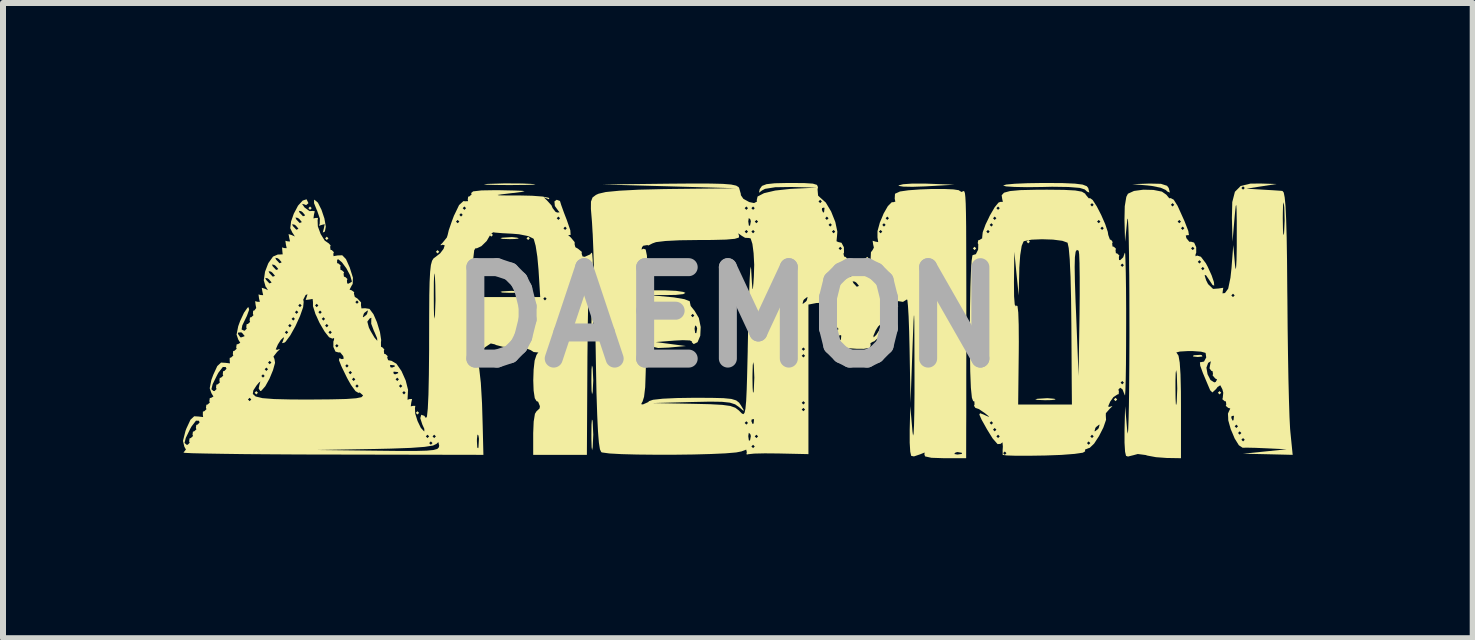
<source format=kicad_pcb>
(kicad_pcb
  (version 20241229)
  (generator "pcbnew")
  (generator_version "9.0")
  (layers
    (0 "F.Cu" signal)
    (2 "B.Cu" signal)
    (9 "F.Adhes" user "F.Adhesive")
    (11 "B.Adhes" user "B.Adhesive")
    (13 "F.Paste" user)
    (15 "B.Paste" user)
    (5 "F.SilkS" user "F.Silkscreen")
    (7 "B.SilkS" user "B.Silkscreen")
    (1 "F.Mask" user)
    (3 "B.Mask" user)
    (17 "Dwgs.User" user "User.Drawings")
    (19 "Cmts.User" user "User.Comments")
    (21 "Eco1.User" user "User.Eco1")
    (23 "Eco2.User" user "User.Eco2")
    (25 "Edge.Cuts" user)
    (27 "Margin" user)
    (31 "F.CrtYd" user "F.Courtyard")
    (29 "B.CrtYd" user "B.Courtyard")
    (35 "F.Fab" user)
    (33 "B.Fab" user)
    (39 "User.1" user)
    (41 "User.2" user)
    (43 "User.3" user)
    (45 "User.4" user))
  (footprint "DAEMON"
    (layer "F.Cu")
    (at 9.083 2.238)
    (property "Reference" "DAEMON" (at 0 0 0) (layer "F.Fab") (effects (font (size 1.524 1.524) (thickness 0.3))))
    (attr board_only exclude_from_pos_files exclude_from_bom)
    (fp_poly (pts (xy -7.833 1.259) (xy -7.861 1.287) (xy -7.889 1.259) (xy -7.861 1.231)) (stroke (width 0) (type solid)) (fill yes) (layer "F.SilkS"))
    (fp_poly (pts (xy -6.937 -1.818) (xy -6.965 -1.79) (xy -6.993 -1.818) (xy -6.965 -1.846)) (stroke (width 0) (type solid)) (fill yes) (layer "F.SilkS"))
    (fp_poly (pts (xy -6.658 -1.315) (xy -6.686 -1.287) (xy -6.714 -1.315) (xy -6.686 -1.343)) (stroke (width 0) (type solid)) (fill yes) (layer "F.SilkS"))
    (fp_poly (pts (xy -5.147 1.594) (xy -5.175 1.622) (xy -5.203 1.594) (xy -5.175 1.567)) (stroke (width 0) (type solid)) (fill yes) (layer "F.SilkS"))
    (fp_poly (pts (xy -4.811 -1.091) (xy -4.839 -1.063) (xy -4.867 -1.091) (xy -4.839 -1.119)) (stroke (width 0) (type solid)) (fill yes) (layer "F.SilkS"))
    (fp_poly (pts (xy -3.916 -1.371) (xy -3.944 -1.343) (xy -3.972 -1.371) (xy -3.944 -1.399)) (stroke (width 0) (type solid)) (fill yes) (layer "F.SilkS"))
    (fp_poly (pts (xy -3.301 -1.315) (xy -3.329 -1.287) (xy -3.357 -1.315) (xy -3.329 -1.343)) (stroke (width 0) (type solid)) (fill yes) (layer "F.SilkS"))
    (fp_poly (pts (xy 2.35 -0.979) (xy 2.322 -0.951) (xy 2.294 -0.979) (xy 2.322 -1.007)) (stroke (width 0) (type solid)) (fill yes) (layer "F.SilkS"))
    (fp_poly (pts (xy 4.14 -1.147) (xy 4.112 -1.119) (xy 4.084 -1.147) (xy 4.112 -1.175)) (stroke (width 0) (type solid)) (fill yes) (layer "F.SilkS"))
    (fp_poly (pts (xy 5.035 -1.259) (xy 5.007 -1.231) (xy 4.979 -1.259) (xy 5.007 -1.287)) (stroke (width 0) (type solid)) (fill yes) (layer "F.SilkS"))
    (fp_poly (pts (xy 6.49 1.371) (xy 6.462 1.399) (xy 6.434 1.371) (xy 6.462 1.343)) (stroke (width 0) (type solid)) (fill yes) (layer "F.SilkS"))
    (fp_poly (pts (xy 8.224 1.259) (xy 8.196 1.287) (xy 8.168 1.259) (xy 8.196 1.231)) (stroke (width 0) (type solid)) (fill yes) (layer "F.SilkS"))
    (fp_poly (pts (xy 7.903 0.634) (xy 7.91 0.655) (xy 7.833 0.663) (xy 7.753 0.654) (xy 7.763 0.634) (xy 7.877 0.627)) (stroke (width 0) (type solid)) (fill yes) (layer "F.SilkS"))
    (fp_poly (pts (xy -3.511 -1.326) (xy -3.484 -1.312) (xy -3.554 -1.304) (xy -3.637 -1.302) (xy -3.758 -1.306) (xy -3.791 -1.318) (xy -3.762 -1.326) (xy -3.599 -1.336)) (stroke (width 0) (type solid)) (fill yes) (layer "F.SilkS"))
    (fp_poly (pts (xy -3.511 -0.431) (xy -3.484 -0.417) (xy -3.554 -0.408) (xy -3.637 -0.407) (xy -3.758 -0.411) (xy -3.791 -0.422) (xy -3.762 -0.431) (xy -3.599 -0.44)) (stroke (width 0) (type solid)) (fill yes) (layer "F.SilkS"))
    (fp_poly (pts (xy 5.442 1.359) (xy 5.464 1.372) (xy 5.391 1.381) (xy 5.287 1.383) (xy 5.16 1.378) (xy 5.123 1.368) (xy 5.162 1.359) (xy 5.327 1.349)) (stroke (width 0) (type solid)) (fill yes) (layer "F.SilkS"))
    (fp_poly (pts (xy -2.257 1.719) (xy -2.253 1.748) (xy -2.244 1.958) (xy -2.253 2.168) (xy -2.263 2.217) (xy -2.271 2.166) (xy -2.275 2.027) (xy -2.275 1.958) (xy -2.273 1.79) (xy -2.266 1.706)) (stroke (width 0) (type solid)) (fill yes) (layer "F.SilkS"))
    (fp_poly (pts (xy 3.282 -2.228) (xy 3.334 -2.226) (xy 3.776 -2.209) (xy 3.289 -2.181) (xy 3.079 -2.174) (xy 2.924 -2.177) (xy 2.849 -2.189) (xy 2.847 -2.198) (xy 2.921 -2.217) (xy 3.076 -2.228)) (stroke (width 0) (type solid)) (fill yes) (layer "F.SilkS"))
    (fp_poly (pts (xy -2.256 -0.064) (xy -2.253 -0.041) (xy -2.244 0.157) (xy -2.253 0.344) (xy -2.253 0.351) (xy -2.264 0.389) (xy -2.272 0.329) (xy -2.275 0.184) (xy -2.275 0.14) (xy -2.273 -0.019) (xy -2.266 -0.091)) (stroke (width 0) (type solid)) (fill yes) (layer "F.SilkS"))
    (fp_poly (pts (xy -2.256 0.831) (xy -2.253 0.854) (xy -2.244 1.052) (xy -2.253 1.24) (xy -2.253 1.246) (xy -2.264 1.285) (xy -2.272 1.224) (xy -2.275 1.079) (xy -2.275 1.035) (xy -2.273 0.876) (xy -2.266 0.805)) (stroke (width 0) (type solid)) (fill yes) (layer "F.SilkS"))
    (fp_poly (pts (xy 7.219 -2.224) (xy 7.321 -2.191) (xy 7.349 -2.154) (xy 7.368 -2.078) (xy 7.327 -2.095) (xy 7.298 -2.122) (xy 7.214 -2.159) (xy 7.063 -2.189) (xy 6.993 -2.197) (xy 6.742 -2.218) (xy 7.029 -2.228)) (stroke (width 0) (type solid)) (fill yes) (layer "F.SilkS"))
    (fp_poly (pts (xy -3.43 -2.229) (xy -3.287 -2.223) (xy -3.208 -2.216) (xy -3.232 -2.21) (xy -3.35 -2.206) (xy -3.553 -2.204) (xy -3.637 -2.203) (xy -3.865 -2.205) (xy -4.012 -2.209) (xy -4.068 -2.214) (xy -4.024 -2.221) (xy -3.986 -2.223) (xy -3.72 -2.231)) (stroke (width 0) (type solid)) (fill yes) (layer "F.SilkS"))
    (fp_poly (pts (xy -6.834 -1.91) (xy -6.774 -1.791) (xy -6.725 -1.645) (xy -6.702 -1.51) (xy -6.717 -1.43) (xy -6.717 -1.429) (xy -6.753 -1.411) (xy -6.735 -1.478) (xy -6.72 -1.551) (xy -6.767 -1.54) (xy -6.769 -1.539) (xy -6.817 -1.524) (xy -6.804 -1.556) (xy -6.801 -1.644) (xy -6.846 -1.775) (xy -6.853 -1.789) (xy -6.898 -1.901) (xy -6.897 -1.957) (xy -6.891 -1.958)) (stroke (width 0) (type solid)) (fill yes) (layer "F.SilkS"))
    (fp_poly (pts (xy 5.581 -2.236) (xy 5.786 -2.227) (xy 5.914 -2.211) (xy 5.983 -2.184) (xy 6.007 -2.154) (xy 6.026 -2.078) (xy 5.986 -2.095) (xy 5.949 -2.13) (xy 5.864 -2.156) (xy 5.678 -2.171) (xy 5.405 -2.175) (xy 5.239 -2.171) (xy 4.984 -2.168) (xy 4.776 -2.172) (xy 4.636 -2.181) (xy 4.588 -2.196) (xy 4.64 -2.212) (xy 4.783 -2.225) (xy 4.995 -2.234) (xy 5.256 -2.238) (xy 5.281 -2.238)) (stroke (width 0) (type solid)) (fill yes) (layer "F.SilkS"))
    (fp_poly (pts (xy 5.602 -2.123) (xy 5.789 -2.113) (xy 5.901 -2.093) (xy 5.956 -2.06) (xy 5.966 -2.042) (xy 6.015 -1.983) (xy 6.04 -1.984) (xy 6.082 -1.953) (xy 6.149 -1.849) (xy 6.223 -1.705) (xy 6.29 -1.552) (xy 6.333 -1.423) (xy 6.341 -1.371) (xy 6.368 -1.296) (xy 6.391 -1.287) (xy 6.415 -1.252) (xy 6.406 -1.231) (xy 6.412 -1.179) (xy 6.434 -1.175) (xy 6.47 -1.141) (xy 6.462 -1.119) (xy 6.468 -1.067) (xy 6.49 -1.063) (xy 6.526 -1.029) (xy 6.518 -1.007) (xy 6.52 -0.955) (xy 6.539 -0.951) (xy 6.59 -0.999) (xy 6.617 -1.077) (xy 6.623 -1.06) (xy 6.628 -0.944) (xy 6.633 -0.744) (xy 6.637 -0.472) (xy 6.639 -0.143) (xy 6.639 0.112) (xy 6.638 0.473) (xy 6.636 0.786) (xy 6.632 1.038) (xy 6.627 1.213) (xy 6.621 1.3) (xy 6.617 1.301) (xy 6.578 1.202) (xy 6.539 1.175) (xy 6.509 1.209) (xy 6.518 1.231) (xy 6.515 1.282) (xy 6.495 1.287) (xy 6.427 1.331) (xy 6.374 1.405) (xy 6.338 1.488) (xy 6.367 1.494) (xy 6.386 1.485) (xy 6.41 1.483) (xy 6.365 1.526) (xy 6.301 1.6) (xy 6.3 1.637) (xy 6.304 1.71) (xy 6.26 1.837) (xy 6.187 1.981) (xy 6.105 2.107) (xy 6.032 2.177) (xy 6.014 2.182) (xy 5.953 2.207) (xy 5.956 2.235) (xy 5.918 2.258) (xy 5.78 2.278) (xy 5.558 2.295) (xy 5.288 2.305) (xy 5.022 2.309) (xy 4.802 2.309) (xy 4.648 2.304) (xy 4.582 2.295) (xy 4.581 2.294) (xy 4.581 2.266) (xy 4.588 2.266) (xy 4.616 2.294) (xy 4.644 2.266) (xy 4.616 2.238) (xy 4.588 2.266) (xy 4.581 2.266) (xy 4.58 2.221) (xy 4.584 2.154) (xy 4.579 2.098) (xy 5.986 2.098) (xy 6.014 2.126) (xy 6.042 2.098) (xy 6.014 2.07) (xy 5.986 2.098) (xy 4.579 2.098) (xy 4.578 2.085) (xy 4.545 2.111) (xy 4.496 2.115) (xy 4.414 2.021) (xy 4.392 1.986) (xy 4.476 1.986) (xy 4.504 2.014) (xy 4.532 1.986) (xy 6.042 1.986) (xy 6.07 2.014) (xy 6.098 1.986) (xy 6.07 1.958) (xy 6.042 1.986) (xy 4.532 1.986) (xy 4.504 1.958) (xy 4.476 1.986) (xy 4.392 1.986) (xy 4.323 1.874) (xy 4.42 1.874) (xy 4.448 1.902) (xy 4.451 1.899) (xy 6.112 1.899) (xy 6.12 1.902) (xy 6.171 1.863) (xy 6.182 1.846) (xy 6.196 1.794) (xy 6.189 1.79) (xy 6.138 1.83) (xy 6.126 1.846) (xy 6.112 1.899) (xy 4.451 1.899) (xy 4.476 1.874) (xy 4.448 1.846) (xy 4.42 1.874) (xy 4.323 1.874) (xy 4.322 1.873) (xy 4.26 1.762) (xy 4.364 1.762) (xy 4.392 1.79) (xy 4.42 1.762) (xy 4.392 1.734) (xy 4.364 1.762) (xy 4.26 1.762) (xy 4.23 1.709) (xy 4.192 1.623) (xy 4.204 1.6) (xy 4.263 1.622) (xy 4.269 1.625) (xy 4.353 1.664) (xy 4.342 1.646) (xy 4.283 1.598) (xy 4.182 1.53) (xy 4.126 1.511) (xy 4.103 1.476) (xy 4.112 1.455) (xy 4.109 1.403) (xy 4.089 1.399) (xy 4.068 1.343) (xy 4.051 1.178) (xy 4.04 0.904) (xy 4.035 0.524) (xy 4.034 0.167) (xy 4.037 -0.188) (xy 4.043 -0.501) (xy 4.046 -0.587) (xy 4.769 -0.587) (xy 4.771 -0.349) (xy 4.782 -0.211) (xy 4.802 -0.18) (xy 4.811 -0.196) (xy 4.828 -0.186) (xy 4.841 -0.076) (xy 4.848 0.127) (xy 4.85 0.41) (xy 4.849 0.574) (xy 4.839 1.455) (xy 5.287 1.455) (xy 5.735 1.455) (xy 5.732 1.091) (xy 6.546 1.091) (xy 6.574 1.119) (xy 6.602 1.091) (xy 6.574 1.063) (xy 6.546 1.091) (xy 5.732 1.091) (xy 5.726 0.134) (xy 5.721 -0.311) (xy 5.712 -0.679) (xy 5.704 -0.839) (xy 5.781 -0.839) (xy 5.785 -0.596) (xy 5.796 -0.258) (xy 5.805 -0.051) (xy 5.846 0.979) (xy 5.862 -0.05) (xy 5.865 -0.378) (xy 5.865 -0.666) (xy 5.862 -0.867) (xy 6.546 -0.867) (xy 6.574 -0.839) (xy 6.602 -0.867) (xy 6.574 -0.895) (xy 6.546 -0.867) (xy 5.862 -0.867) (xy 5.862 -0.896) (xy 5.856 -1.049) (xy 5.848 -1.108) (xy 5.818 -1.123) (xy 5.797 -1.092) (xy 5.785 -1.001) (xy 5.781 -0.839) (xy 5.704 -0.839) (xy 5.699 -0.963) (xy 5.682 -1.153) (xy 5.663 -1.24) (xy 5.661 -1.243) (xy 5.575 -1.274) (xy 5.419 -1.294) (xy 5.235 -1.3) (xy 5.063 -1.293) (xy 4.944 -1.27) (xy 4.929 -1.263) (xy 4.898 -1.19) (xy 4.873 -1.034) (xy 4.858 -0.822) (xy 4.858 -0.794) (xy 4.848 -0.364) (xy 4.811 -0.727) (xy 4.775 -1.091) (xy 4.769 -0.587) (xy 4.046 -0.587) (xy 4.052 -0.756) (xy 4.063 -0.937) (xy 4.076 -1.028) (xy 4.082 -1.036) (xy 4.134 -1.051) (xy 4.172 -1.128) (xy 4.174 -1.216) (xy 4.165 -1.236) (xy 4.174 -1.284) (xy 4.193 -1.287) (xy 4.24 -1.316) (xy 4.239 -1.329) (xy 4.248 -1.414) (xy 4.252 -1.427) (xy 4.308 -1.427) (xy 4.336 -1.399) (xy 4.364 -1.427) (xy 4.336 -1.455) (xy 4.308 -1.427) (xy 4.252 -1.427) (xy 4.273 -1.483) (xy 6.21 -1.483) (xy 6.238 -1.455) (xy 6.266 -1.483) (xy 6.238 -1.511) (xy 6.21 -1.483) (xy 4.273 -1.483) (xy 4.293 -1.539) (xy 4.364 -1.539) (xy 4.392 -1.511) (xy 4.42 -1.539) (xy 4.392 -1.567) (xy 4.364 -1.539) (xy 4.293 -1.539) (xy 4.296 -1.547) (xy 4.319 -1.594) (xy 6.154 -1.594) (xy 6.182 -1.567) (xy 6.21 -1.594) (xy 6.182 -1.622) (xy 6.154 -1.594) (xy 4.319 -1.594) (xy 4.346 -1.65) (xy 4.42 -1.65) (xy 4.448 -1.622) (xy 4.476 -1.65) (xy 4.448 -1.678) (xy 4.42 -1.65) (xy 4.346 -1.65) (xy 4.367 -1.695) (xy 4.439 -1.818) (xy 4.476 -1.818) (xy 4.504 -1.79) (xy 4.532 -1.818) (xy 4.504 -1.846) (xy 4.476 -1.818) (xy 4.439 -1.818) (xy 4.444 -1.828) (xy 4.481 -1.874) (xy 6.042 -1.874) (xy 6.07 -1.846) (xy 6.098 -1.874) (xy 6.07 -1.902) (xy 6.042 -1.874) (xy 4.481 -1.874) (xy 4.511 -1.911) (xy 4.544 -1.923) (xy 4.584 -1.923) (xy 4.573 -1.972) (xy 4.564 -2.033) (xy 4.603 -2.076) (xy 4.702 -2.103) (xy 4.877 -2.119) (xy 5.142 -2.125) (xy 5.321 -2.126)) (stroke (width 0) (type solid)) (fill yes) (layer "F.SilkS"))
    (fp_poly (pts (xy 9.147 -2.221) (xy 8.896 -2.182) (xy 8.644 -2.143) (xy 8.91 -2.127) (xy 9.082 -2.117) (xy 9.213 -2.108) (xy 9.245 -2.105) (xy 9.266 -2.078) (xy 9.282 -1.997) (xy 9.296 -1.851) (xy 9.306 -1.632) (xy 9.315 -1.332) (xy 9.321 -0.94) (xy 9.325 -0.448) (xy 9.327 -0.28) (xy 9.331 0.18) (xy 9.337 0.622) (xy 9.344 1.027) (xy 9.353 1.38) (xy 9.362 1.663) (xy 9.372 1.859) (xy 9.377 1.916) (xy 9.415 2.294) (xy 9.002 2.284) (xy 8.588 2.275) (xy 8.952 2.238) (xy 9.315 2.201) (xy 8.98 2.185) (xy 8.789 2.177) (xy 8.642 2.174) (xy 8.581 2.176) (xy 8.518 2.134) (xy 8.461 2.042) (xy 8.56 2.042) (xy 8.588 2.07) (xy 8.616 2.042) (xy 8.588 2.014) (xy 8.56 2.042) (xy 8.461 2.042) (xy 8.447 2.019) (xy 8.41 1.93) (xy 8.504 1.93) (xy 8.532 1.958) (xy 8.56 1.93) (xy 8.532 1.902) (xy 8.504 1.93) (xy 8.41 1.93) (xy 8.383 1.868) (xy 8.369 1.818) (xy 8.448 1.818) (xy 8.476 1.846) (xy 8.504 1.818) (xy 8.476 1.79) (xy 8.448 1.818) (xy 8.369 1.818) (xy 8.341 1.718) (xy 8.34 1.678) (xy 8.392 1.678) (xy 8.413 1.724) (xy 8.429 1.716) (xy 8.436 1.649) (xy 8.429 1.641) (xy 8.396 1.649) (xy 8.392 1.678) (xy 8.34 1.678) (xy 8.336 1.607) (xy 8.347 1.581) (xy 8.375 1.521) (xy 8.34 1.511) (xy 8.3 1.477) (xy 8.308 1.455) (xy 8.302 1.403) (xy 8.28 1.399) (xy 8.242 1.366) (xy 8.249 1.348) (xy 8.258 1.258) (xy 8.243 1.2) (xy 8.208 1.134) (xy 8.163 1.163) (xy 8.138 1.197) (xy 8.077 1.254) (xy 8.04 1.218) (xy 8 1.124) (xy 7.938 0.977) (xy 7.919 0.932) (xy 7.886 0.841) (xy 7.977 0.841) (xy 7.996 0.95) (xy 8.045 1.046) (xy 8.108 1.086) (xy 8.132 1.079) (xy 8.155 1.037) (xy 8.123 1.02) (xy 8.08 0.969) (xy 8.087 0.946) (xy 8.079 0.898) (xy 8.061 0.895) (xy 8.029 0.853) (xy 8.038 0.797) (xy 8.051 0.734) (xy 8.006 0.761) (xy 7.977 0.841) (xy 7.886 0.841) (xy 7.874 0.809) (xy 7.869 0.749) (xy 7.88 0.75) (xy 7.937 0.739) (xy 7.974 0.67) (xy 7.964 0.598) (xy 7.959 0.593) (xy 7.888 0.574) (xy 7.746 0.564) (xy 7.669 0.564) (xy 7.534 0.572) (xy 7.475 0.587) (xy 7.483 0.597) (xy 7.512 0.641) (xy 7.532 0.755) (xy 7.545 0.951) (xy 7.552 1.239) (xy 7.553 1.487) (xy 7.553 2.35) (xy 7.315 2.346) (xy 7.137 2.333) (xy 6.991 2.306) (xy 6.965 2.297) (xy 6.833 2.28) (xy 6.763 2.299) (xy 6.67 2.322) (xy 6.637 2.311) (xy 6.621 2.241) (xy 6.612 2.091) (xy 6.612 1.892) (xy 6.612 1.879) (xy 6.622 1.483) (xy 6.658 1.902) (xy 6.666 1.942) (xy 6.673 1.879) (xy 6.679 1.722) (xy 6.685 1.48) (xy 6.689 1.175) (xy 7.461 1.175) (xy 7.463 1.356) (xy 7.468 1.454) (xy 7.476 1.457) (xy 7.482 1.413) (xy 7.491 1.19) (xy 7.484 0.961) (xy 7.482 0.937) (xy 7.473 0.881) (xy 7.465 0.927) (xy 7.461 1.062) (xy 7.461 1.175) (xy 6.689 1.175) (xy 6.689 1.164) (xy 6.692 0.781) (xy 6.694 0.34) (xy 6.694 0.168) (xy 6.693 -0.293) (xy 6.693 -0.364) (xy 8.392 -0.364) (xy 8.42 -0.336) (xy 8.448 -0.364) (xy 8.42 -0.392) (xy 8.392 -0.364) (xy 6.693 -0.364) (xy 6.691 -0.703) (xy 6.689 -0.811) (xy 7.889 -0.811) (xy 7.917 -0.783) (xy 7.944 -0.811) (xy 7.917 -0.839) (xy 7.889 -0.811) (xy 6.689 -0.811) (xy 6.688 -0.923) (xy 7.833 -0.923) (xy 7.861 -0.895) (xy 7.889 -0.923) (xy 7.861 -0.951) (xy 7.833 -0.923) (xy 6.688 -0.923) (xy 6.687 -1.052) (xy 6.685 -1.147) (xy 7.721 -1.147) (xy 7.749 -1.119) (xy 7.777 -1.147) (xy 7.749 -1.175) (xy 7.721 -1.147) (xy 6.685 -1.147) (xy 6.682 -1.329) (xy 6.677 -1.483) (xy 7.553 -1.483) (xy 7.581 -1.455) (xy 7.609 -1.483) (xy 7.581 -1.511) (xy 7.553 -1.483) (xy 6.677 -1.483) (xy 6.675 -1.527) (xy 6.671 -1.594) (xy 7.497 -1.594) (xy 7.525 -1.567) (xy 7.553 -1.594) (xy 7.525 -1.622) (xy 7.497 -1.594) (xy 6.671 -1.594) (xy 6.668 -1.635) (xy 6.661 -1.644) (xy 6.658 -1.622) (xy 6.621 -1.259) (xy 6.611 -1.625) (xy 6.616 -1.851) (xy 6.62 -1.874) (xy 7.385 -1.874) (xy 7.413 -1.846) (xy 7.441 -1.874) (xy 7.413 -1.902) (xy 7.385 -1.874) (xy 6.62 -1.874) (xy 6.642 -2.007) (xy 6.669 -2.059) (xy 6.77 -2.105) (xy 6.925 -2.126) (xy 7.094 -2.122) (xy 7.235 -2.094) (xy 7.308 -2.043) (xy 7.309 -2.042) (xy 7.358 -1.983) (xy 7.383 -1.985) (xy 7.432 -1.959) (xy 7.494 -1.861) (xy 7.496 -1.858) (xy 7.612 -1.601) (xy 7.675 -1.438) (xy 7.686 -1.368) (xy 7.668 -1.369) (xy 7.633 -1.363) (xy 7.643 -1.318) (xy 7.693 -1.257) (xy 7.721 -1.259) (xy 7.772 -1.244) (xy 7.807 -1.167) (xy 7.807 -1.075) (xy 7.796 -1.049) (xy 7.795 -1.016) (xy 7.822 -1.028) (xy 7.885 -1.008) (xy 7.968 -0.899) (xy 7.998 -0.843) (xy 8.064 -0.698) (xy 8.102 -0.586) (xy 8.107 -0.527) (xy 8.079 -0.538) (xy 8.028 -0.615) (xy 7.968 -0.703) (xy 7.947 -0.698) (xy 7.972 -0.617) (xy 8.004 -0.553) (xy 8.088 -0.472) (xy 8.179 -0.479) (xy 8.258 -0.491) (xy 8.251 -0.446) (xy 8.245 -0.398) (xy 8.286 -0.403) (xy 8.34 -0.476) (xy 8.378 -0.659) (xy 8.395 -0.816) (xy 8.425 -1.203) (xy 8.454 -0.867) (xy 8.464 -0.799) (xy 8.472 -0.833) (xy 8.479 -0.96) (xy 8.483 -1.169) (xy 8.483 -1.315) (xy 8.483 -1.605) (xy 8.482 -1.65) (xy 9.25 -1.65) (xy 9.253 -1.473) (xy 9.259 -1.378) (xy 9.267 -1.377) (xy 9.272 -1.411) (xy 9.281 -1.61) (xy 9.275 -1.827) (xy 9.272 -1.859) (xy 9.263 -1.918) (xy 9.255 -1.876) (xy 9.251 -1.743) (xy 9.25 -1.65) (xy 8.482 -1.65) (xy 8.48 -1.788) (xy 8.475 -1.87) (xy 8.466 -1.856) (xy 8.455 -1.752) (xy 8.448 -1.678) (xy 8.412 -1.259) (xy 8.402 -1.656) (xy 8.408 -1.919) (xy 8.452 -2.091) (xy 8.515 -2.154) (xy 8.56 -2.154) (xy 8.588 -2.126) (xy 8.616 -2.154) (xy 8.588 -2.182) (xy 8.56 -2.154) (xy 8.515 -2.154) (xy 8.548 -2.188) (xy 8.71 -2.227) (xy 8.872 -2.229)) (stroke (width 0) (type solid)) (fill yes) (layer "F.SilkS"))
    (fp_poly (pts (xy 1.278 -2.236) (xy 1.417 -2.227) (xy 1.485 -2.206) (xy 1.502 -2.169) (xy 1.495 -2.13) (xy 1.504 -2.027) (xy 1.542 -1.992) (xy 1.632 -1.912) (xy 1.721 -1.763) (xy 1.791 -1.588) (xy 1.825 -1.427) (xy 1.82 -1.36) (xy 1.811 -1.267) (xy 1.838 -1.254) (xy 1.894 -1.241) (xy 1.934 -1.166) (xy 1.936 -1.077) (xy 1.927 -1.058) (xy 1.938 -1.011) (xy 1.958 -1.007) (xy 1.995 -0.973) (xy 1.986 -0.951) (xy 1.999 -0.903) (xy 2.039 -0.895) (xy 2.111 -0.849) (xy 2.126 -0.793) (xy 2.162 -0.707) (xy 2.207 -0.69) (xy 2.259 -0.713) (xy 2.233 -0.793) (xy 2.208 -0.873) (xy 2.266 -0.895) (xy 2.267 -0.895) (xy 2.326 -0.867) (xy 2.316 -0.831) (xy 2.31 -0.792) (xy 2.336 -0.803) (xy 2.376 -0.881) (xy 2.38 -0.979) (xy 2.385 -1.084) (xy 2.412 -1.119) (xy 2.434 -1.161) (xy 2.422 -1.212) (xy 2.413 -1.275) (xy 2.458 -1.261) (xy 2.506 -1.252) (xy 2.494 -1.33) (xy 2.494 -1.427) (xy 2.518 -1.427) (xy 2.546 -1.399) (xy 2.574 -1.427) (xy 2.546 -1.455) (xy 2.518 -1.427) (xy 2.494 -1.427) (xy 2.494 -1.434) (xy 2.523 -1.539) (xy 2.574 -1.539) (xy 2.602 -1.511) (xy 2.63 -1.539) (xy 2.602 -1.567) (xy 2.574 -1.539) (xy 2.523 -1.539) (xy 2.533 -1.577) (xy 2.564 -1.65) (xy 2.63 -1.65) (xy 2.657 -1.622) (xy 2.685 -1.65) (xy 2.657 -1.678) (xy 2.63 -1.65) (xy 2.564 -1.65) (xy 2.596 -1.728) (xy 2.667 -1.852) (xy 2.733 -1.918) (xy 2.761 -1.918) (xy 2.792 -1.927) (xy 2.781 -1.976) (xy 2.786 -2.058) (xy 2.869 -2.096) (xy 3.008 -2.116) (xy 3.197 -2.13) (xy 3.405 -2.138) (xy 3.603 -2.138) (xy 3.761 -2.131) (xy 3.851 -2.117) (xy 3.86 -2.109) (xy 3.895 -2.088) (xy 3.916 -2.098) (xy 3.931 -2.104) (xy 3.942 -2.096) (xy 3.952 -2.065) (xy 3.959 -2) (xy 3.965 -1.892) (xy 3.969 -1.731) (xy 3.972 -1.506) (xy 3.973 -1.209) (xy 3.974 -0.829) (xy 3.975 -0.357) (xy 3.975 0.196) (xy 3.975 0.583) (xy 3.974 0.97) (xy 3.974 1.328) (xy 3.974 1.629) (xy 3.973 1.846) (xy 3.972 2.35) (xy 3.605 2.35) (xy 3.394 2.343) (xy 3.288 2.32) (xy 3.276 2.288) (xy 3.277 2.28) (xy 3.773 2.28) (xy 3.828 2.289) (xy 3.9 2.279) (xy 3.901 2.26) (xy 3.826 2.247) (xy 3.794 2.256) (xy 3.773 2.28) (xy 3.277 2.28) (xy 3.28 2.255) (xy 3.203 2.286) (xy 3.102 2.32) (xy 3.056 2.311) (xy 3.04 2.241) (xy 3.031 2.091) (xy 3.031 1.892) (xy 3.031 1.879) (xy 3.041 1.483) (xy 3.077 1.902) (xy 3.087 1.973) (xy 3.096 1.939) (xy 3.103 1.808) (xy 3.108 1.587) (xy 3.111 1.284) (xy 3.111 0.979) (xy 3.11 0.57) (xy 3.109 0.269) (xy 3.108 0.072) (xy 3.105 -0.026) (xy 3.101 -0.028) (xy 3.095 0.062) (xy 3.088 0.24) (xy 3.078 0.501) (xy 3.077 0.531) (xy 3.045 1.427) (xy 3.029 0.531) (xy 3.022 0.235) (xy 3.013 -0.011) (xy 3.002 -0.191) (xy 2.992 -0.288) (xy 2.985 -0.297) (xy 2.919 -0.256) (xy 2.868 -0.264) (xy 2.809 -0.272) (xy 2.825 -0.224) (xy 2.839 -0.173) (xy 2.781 -0.183) (xy 2.716 -0.187) (xy 2.717 -0.151) (xy 2.71 -0.061) (xy 2.66 0.075) (xy 2.585 0.222) (xy 2.504 0.343) (xy 2.436 0.405) (xy 2.421 0.406) (xy 2.376 0.433) (xy 2.381 0.465) (xy 2.367 0.509) (xy 2.268 0.527) (xy 2.145 0.526) (xy 2.001 0.516) (xy 1.908 0.485) (xy 1.836 0.409) (xy 1.795 0.336) (xy 1.846 0.336) (xy 1.867 0.382) (xy 1.884 0.373) (xy 1.89 0.31) (xy 2.426 0.31) (xy 2.43 0.336) (xy 2.475 0.293) (xy 2.518 0.224) (xy 2.554 0.137) (xy 2.55 0.112) (xy 2.505 0.155) (xy 2.462 0.224) (xy 2.426 0.31) (xy 1.89 0.31) (xy 1.89 0.307) (xy 1.884 0.298) (xy 1.85 0.306) (xy 1.846 0.336) (xy 1.795 0.336) (xy 1.755 0.264) (xy 1.72 0.196) (xy 1.72 0.196) (xy 1.79 0.196) (xy 1.818 0.224) (xy 1.846 0.196) (xy 1.818 0.168) (xy 1.79 0.196) (xy 1.72 0.196) (xy 1.67 0.084) (xy 1.734 0.084) (xy 1.762 0.112) (xy 1.79 0.084) (xy 1.762 0.056) (xy 1.734 0.084) (xy 1.67 0.084) (xy 1.644 0.028) (xy 2.574 0.028) (xy 2.602 0.056) (xy 2.63 0.028) (xy 2.602 0) (xy 2.574 0.028) (xy 1.644 0.028) (xy 1.64 0.02) (xy 1.624 -0.028) (xy 1.678 -0.028) (xy 1.706 0) (xy 1.734 -0.028) (xy 1.706 -0.056) (xy 1.678 -0.028) (xy 1.624 -0.028) (xy 1.592 -0.122) (xy 1.591 -0.14) (xy 1.622 -0.14) (xy 1.65 -0.112) (xy 1.678 -0.14) (xy 1.65 -0.168) (xy 1.622 -0.14) (xy 1.591 -0.14) (xy 1.586 -0.193) (xy 1.569 -0.24) (xy 1.477 -0.237) (xy 1.343 -0.211) (xy 1.343 2.282) (xy 0.84 2.271) (xy 0.616 2.269) (xy 0.439 2.273) (xy 0.334 2.284) (xy 0.318 2.29) (xy 0.31 2.279) (xy 0.316 2.251) (xy 0.306 2.207) (xy 0.226 2.237) (xy 0.138 2.254) (xy -0.039 2.269) (xy -0.283 2.28) (xy -0.574 2.288) (xy -0.89 2.292) (xy -1.21 2.292) (xy -1.511 2.289) (xy -1.773 2.282) (xy -1.973 2.271) (xy -2.092 2.255) (xy -2.11 2.249) (xy -2.132 2.203) (xy -2.14 2.154) (xy 0.392 2.154) (xy 0.42 2.182) (xy 0.448 2.154) (xy 0.42 2.126) (xy 0.392 2.154) (xy -2.14 2.154) (xy -2.15 2.089) (xy -2.159 1.981) (xy 0.34 1.981) (xy 0.35 2.054) (xy 0.369 2.055) (xy 0.382 1.986) (xy 0.448 1.986) (xy 0.476 2.014) (xy 0.504 1.986) (xy 0.476 1.958) (xy 0.448 1.986) (xy 0.382 1.986) (xy 0.383 1.98) (xy 0.374 1.948) (xy 0.349 1.926) (xy 0.34 1.981) (xy -2.159 1.981) (xy -2.165 1.9) (xy -2.172 1.762) (xy 0.28 1.762) (xy 0.308 1.79) (xy 0.336 1.762) (xy 0.308 1.734) (xy 0.392 1.734) (xy 0.412 1.78) (xy 0.429 1.772) (xy 0.436 1.705) (xy 0.429 1.697) (xy 0.396 1.705) (xy 0.392 1.734) (xy 0.308 1.734) (xy 0.28 1.762) (xy -2.172 1.762) (xy -2.178 1.627) (xy -2.184 1.449) (xy -1.445 1.449) (xy -1.416 1.454) (xy -1.327 1.414) (xy -1.315 1.399) (xy -1.247 1.376) (xy -1.085 1.358) (xy -0.849 1.347) (xy -0.57 1.343) (xy -0.275 1.344) (xy -0.073 1.349) (xy 0.058 1.362) (xy 0.138 1.386) (xy 0.186 1.423) (xy 0.218 1.469) (xy 0.269 1.555) (xy 0.252 1.554) (xy 0.183 1.495) (xy 0.121 1.452) (xy 0.034 1.424) (xy -0.098 1.41) (xy -0.298 1.407) (xy -0.587 1.413) (xy -0.594 1.413) (xy -1.259 1.431) (xy -0.582 1.443) (xy -0.292 1.45) (xy -0.092 1.461) (xy 0.04 1.479) (xy 0.124 1.509) (xy 0.183 1.554) (xy 0.201 1.572) (xy 0.234 1.605) (xy 0.259 1.616) (xy 0.278 1.593) (xy 0.29 1.539) (xy 1.231 1.539) (xy 1.259 1.567) (xy 1.287 1.539) (xy 1.259 1.511) (xy 1.231 1.539) (xy 0.29 1.539) (xy 0.293 1.524) (xy 0.302 1.427) (xy 1.231 1.427) (xy 1.259 1.455) (xy 1.287 1.427) (xy 1.259 1.399) (xy 1.231 1.427) (xy 0.302 1.427) (xy 0.305 1.398) (xy 0.314 1.203) (xy 0.32 1.007) (xy 0.41 1.007) (xy 0.413 1.175) (xy 0.419 1.259) (xy 0.429 1.246) (xy 0.432 1.217) (xy 0.441 1.007) (xy 0.432 0.797) (xy 0.422 0.748) (xy 0.415 0.799) (xy 0.411 0.939) (xy 0.41 1.007) (xy 0.32 1.007) (xy 0.322 0.927) (xy 0.329 0.643) (xy 1.231 0.643) (xy 1.259 0.671) (xy 1.287 0.643) (xy 1.259 0.615) (xy 1.231 0.643) (xy 0.329 0.643) (xy 0.331 0.56) (xy 0.331 0.531) (xy 1.231 0.531) (xy 1.259 0.559) (xy 1.287 0.531) (xy 1.259 0.504) (xy 1.231 0.531) (xy 0.331 0.531) (xy 0.337 0.244) (xy 0.34 0.112) (xy 0.41 0.112) (xy 0.413 0.28) (xy 0.419 0.364) (xy 0.429 0.351) (xy 0.432 0.322) (xy 0.441 0.112) (xy 0.432 -0.098) (xy 0.422 -0.147) (xy 0.415 -0.096) (xy 0.411 0.043) (xy 0.41 0.112) (xy 0.34 0.112) (xy 0.346 -0.119) (xy 0.349 -0.227) (xy 1.245 -0.227) (xy 1.252 -0.224) (xy 1.303 -0.263) (xy 1.315 -0.28) (xy 1.329 -0.332) (xy 1.321 -0.336) (xy 1.27 -0.296) (xy 1.259 -0.28) (xy 1.245 -0.227) (xy 0.349 -0.227) (xy 0.355 -0.419) (xy 0.364 -0.646) (xy 0.373 -0.79) (xy 0.382 -0.843) (xy 0.389 -0.794) (xy 0.389 -0.783) (xy 0.401 -0.576) (xy 0.41 -0.475) (xy 0.417 -0.473) (xy 0.426 -0.565) (xy 0.428 -0.599) (xy 2.079 -0.599) (xy 2.093 -0.568) (xy 2.149 -0.508) (xy 2.181 -0.52) (xy 2.182 -0.528) (xy 2.142 -0.576) (xy 2.117 -0.593) (xy 2.079 -0.599) (xy 0.428 -0.599) (xy 0.433 -0.671) (xy 0.434 -0.699) (xy 2.014 -0.699) (xy 2.042 -0.671) (xy 2.07 -0.699) (xy 2.042 -0.727) (xy 2.014 -0.699) (xy 0.434 -0.699) (xy 0.437 -0.811) (xy 1.958 -0.811) (xy 1.986 -0.783) (xy 2.014 -0.811) (xy 1.986 -0.839) (xy 1.958 -0.811) (xy 0.437 -0.811) (xy 0.439 -0.875) (xy 0.429 -1.067) (xy 0.419 -1.147) (xy 1.846 -1.147) (xy 1.874 -1.119) (xy 1.902 -1.147) (xy 1.874 -1.175) (xy 1.846 -1.147) (xy 0.419 -1.147) (xy 0.409 -1.222) (xy 0.38 -1.313) (xy 0.351 -1.321) (xy 0.287 -1.324) (xy 0.232 -1.357) (xy 0.173 -1.399) (xy 0.184 -1.364) (xy 0.188 -1.357) (xy 0.182 -1.327) (xy 0.114 -1.307) (xy -0.031 -1.294) (xy -0.265 -1.288) (xy -0.497 -1.287) (xy -0.8 -1.283) (xy -1.039 -1.271) (xy -1.198 -1.252) (xy -1.259 -1.23) (xy -1.324 -1.196) (xy -1.343 -1.203) (xy -1.41 -1.192) (xy -1.431 -1.167) (xy -1.439 -1.128) (xy -1.407 -1.142) (xy -1.37 -1.129) (xy -1.349 -1.026) (xy -1.343 -0.823) (xy -1.343 -0.815) (xy -1.343 -0.448) (xy -1.038 -0.448) (xy -0.865 -0.44) (xy -0.743 -0.422) (xy -0.708 -0.406) (xy -0.745 -0.385) (xy -0.868 -0.372) (xy -1.05 -0.369) (xy -1.054 -0.369) (xy -1.214 -0.37) (xy -1.264 -0.366) (xy -1.202 -0.358) (xy -1.147 -0.354) (xy -0.901 -0.331) (xy -0.725 -0.301) (xy -0.636 -0.267) (xy -0.632 -0.244) (xy -0.62 -0.188) (xy -0.555 -0.107) (xy -0.484 0.012) (xy -0.453 0.163) (xy -0.46 0.309) (xy -0.505 0.416) (xy -0.569 0.448) (xy -0.601 0.417) (xy -0.596 0.406) (xy -0.632 0.387) (xy -0.751 0.382) (xy -0.886 0.389) (xy -1.203 0.414) (xy -0.951 0.447) (xy -0.699 0.48) (xy -0.988 0.506) (xy -1.163 0.513) (xy -1.242 0.494) (xy -1.243 0.476) (xy -1.249 0.457) (xy -1.29 0.485) (xy -1.338 0.57) (xy -1.364 0.737) (xy -1.371 0.96) (xy -1.378 1.166) (xy -1.397 1.326) (xy -1.423 1.409) (xy -1.427 1.412) (xy -1.445 1.449) (xy -2.184 1.449) (xy -2.19 1.263) (xy -2.199 0.799) (xy -2.204 0.501) (xy -2.21 0.191) (xy -0.555 0.191) (xy -0.545 0.264) (xy -0.526 0.265) (xy -0.512 0.19) (xy -0.521 0.157) (xy -0.546 0.136) (xy -0.555 0.191) (xy -2.21 0.191) (xy -2.212 0.053) (xy -2.214 -0.028) (xy -0.615 -0.028) (xy -0.587 0) (xy -0.559 -0.028) (xy -0.587 -0.056) (xy -0.615 -0.028) (xy -2.214 -0.028) (xy -2.221 -0.377) (xy -2.232 -0.773) (xy -2.242 -1.116) (xy -2.253 -1.387) (xy -2.256 -1.427) (xy 0.28 -1.427) (xy 0.308 -1.399) (xy 0.336 -1.427) (xy 0.392 -1.427) (xy 0.42 -1.399) (xy 0.448 -1.427) (xy 1.734 -1.427) (xy 1.762 -1.399) (xy 1.79 -1.427) (xy 1.762 -1.455) (xy 1.734 -1.427) (xy 0.448 -1.427) (xy 0.42 -1.455) (xy 0.392 -1.427) (xy 0.336 -1.427) (xy 0.308 -1.455) (xy 0.28 -1.427) (xy -2.256 -1.427) (xy -2.264 -1.569) (xy -2.266 -1.598) (xy -2.266 -1.599) (xy 0.34 -1.599) (xy 0.35 -1.527) (xy 0.369 -1.526) (xy 0.372 -1.539) (xy 1.678 -1.539) (xy 1.706 -1.511) (xy 1.734 -1.539) (xy 1.706 -1.567) (xy 1.678 -1.539) (xy 0.372 -1.539) (xy 0.382 -1.594) (xy 0.448 -1.594) (xy 0.476 -1.567) (xy 0.504 -1.594) (xy 0.476 -1.622) (xy 0.448 -1.594) (xy 0.382 -1.594) (xy 0.383 -1.601) (xy 0.374 -1.633) (xy 0.353 -1.65) (xy 1.622 -1.65) (xy 1.65 -1.622) (xy 1.678 -1.65) (xy 1.65 -1.678) (xy 1.622 -1.65) (xy 0.353 -1.65) (xy 0.349 -1.654) (xy 0.34 -1.599) (xy -2.266 -1.599) (xy -2.283 -1.804) (xy -2.283 -1.818) (xy 0.28 -1.818) (xy 0.308 -1.79) (xy 0.336 -1.818) (xy 0.392 -1.818) (xy 0.42 -1.79) (xy 1.567 -1.79) (xy 1.587 -1.744) (xy 1.604 -1.753) (xy 1.611 -1.819) (xy 1.604 -1.828) (xy 1.571 -1.82) (xy 1.567 -1.79) (xy 0.42 -1.79) (xy 0.448 -1.818) (xy 0.42 -1.846) (xy 0.392 -1.818) (xy 0.336 -1.818) (xy 0.308 -1.846) (xy 0.28 -1.818) (xy -2.283 -1.818) (xy -2.282 -1.927) (xy -2.256 -1.996) (xy -2.199 -2.039) (xy -2.155 -2.059) (xy -2.035 -2.087) (xy -1.81 -2.109) (xy -1.488 -2.126) (xy -1.076 -2.136) (xy -0.934 -2.138) (xy 0.14 -2.15) (xy -0.979 -2.182) (xy -2.098 -2.213) (xy -0.971 -2.226) (xy -0.582 -2.229) (xy -0.29 -2.228) (xy -0.083 -2.223) (xy 0.055 -2.212) (xy 0.138 -2.194) (xy 0.179 -2.169) (xy 0.188 -2.153) (xy 0.215 -2.059) (xy 0.217 -2.034) (xy 0.258 -1.974) (xy 0.356 -1.92) (xy 0.437 -1.903) (xy 0.486 -1.929) (xy 0.486 -1.93) (xy 1.511 -1.93) (xy 1.539 -1.902) (xy 1.567 -1.93) (xy 1.539 -1.958) (xy 1.511 -1.93) (xy 0.486 -1.93) (xy 0.481 -1.95) (xy 0.495 -2.012) (xy 0.603 -2.068) (xy 0.79 -2.112) (xy 1.039 -2.139) (xy 1.091 -2.142) (xy 1.483 -2.16) (xy 1.06 -2.171) (xy 0.79 -2.167) (xy 0.62 -2.14) (xy 0.567 -2.112) (xy 0.519 -2.075) (xy 0.53 -2.13) (xy 0.534 -2.14) (xy 0.569 -2.189) (xy 0.644 -2.218) (xy 0.781 -2.233) (xy 1.003 -2.238) (xy 1.048 -2.238)) (stroke (width 0) (type solid)) (fill yes) (layer "F.SilkS"))
    (fp_poly (pts (xy -3.794 -2.117) (xy -3.556 -2.112) (xy -3.424 -2.107) (xy -3.388 -2.1) (xy -3.443 -2.088) (xy -3.581 -2.071) (xy -3.609 -2.068) (xy -3.768 -2.049) (xy -3.839 -2.038) (xy -3.817 -2.032) (xy -3.694 -2.03) (xy -3.482 -2.03) (xy -3.263 -2.025) (xy -3.09 -2.012) (xy -2.99 -1.992) (xy -2.978 -1.985) (xy -2.981 -1.966) (xy -3.021 -1.981) (xy -3.068 -1.999) (xy -3.026 -1.957) (xy -3.016 -1.948) (xy -2.94 -1.864) (xy -2.922 -1.82) (xy -2.873 -1.757) (xy -2.844 -1.745) (xy -2.804 -1.749) (xy -2.825 -1.772) (xy -2.884 -1.854) (xy -2.891 -1.931) (xy -2.853 -1.958) (xy -2.799 -1.938) (xy -2.797 -1.932) (xy -2.778 -1.87) (xy -2.73 -1.737) (xy -2.685 -1.621) (xy -2.626 -1.449) (xy -2.621 -1.372) (xy -2.643 -1.371) (xy -2.663 -1.371) (xy -2.616 -1.327) (xy -2.554 -1.252) (xy -2.554 -1.213) (xy -2.542 -1.167) (xy -2.498 -1.142) (xy -2.435 -1.09) (xy -2.437 -1.057) (xy -2.422 -1.013) (xy -2.386 -1.007) (xy -2.294 -1.048) (xy -2.275 -1.077) (xy -2.262 -1.062) (xy -2.253 -0.956) (xy -2.251 -0.783) (xy -2.251 -0.755) (xy -2.256 -0.364) (xy -2.294 -0.671) (xy -2.303 -0.696) (xy -2.313 -0.62) (xy -2.321 -0.453) (xy -2.329 -0.206) (xy -2.335 0.111) (xy -2.339 0.487) (xy -2.341 0.657) (xy -2.35 2.294) (xy -3.245 2.294) (xy -3.245 1.93) (xy -3.237 1.74) (xy -3.216 1.61) (xy -3.189 1.567) (xy -3.139 1.521) (xy -3.133 1.483) (xy -3.163 1.408) (xy -3.189 1.399) (xy -3.219 1.349) (xy -3.238 1.222) (xy -3.244 1.052) (xy -3.238 0.874) (xy -3.221 0.722) (xy -3.191 0.631) (xy -3.189 0.627) (xy -3.158 0.583) (xy -3.169 0.587) (xy -3.237 0.58) (xy -3.287 0.548) (xy -3.393 0.508) (xy -3.552 0.495) (xy -3.589 0.497) (xy -3.749 0.493) (xy -3.866 0.463) (xy -3.882 0.453) (xy -3.952 0.437) (xy -4.048 0.501) (xy -4.117 0.569) (xy -4.201 0.666) (xy -4.228 0.712) (xy -4.217 0.709) (xy -4.177 0.734) (xy -4.144 0.862) (xy -4.118 1.094) (xy -4.098 1.433) (xy -4.087 1.804) (xy -4.075 2.294) (xy -6.611 2.289) (xy -7.129 2.288) (xy -7.608 2.285) (xy -8.037 2.282) (xy -8.407 2.277) (xy -8.706 2.272) (xy -8.923 2.267) (xy -9.049 2.261) (xy -9.075 2.256) (xy -9.04 2.213) (xy -6.854 2.213) (xy -5.832 2.225) (xy -5.47 2.229) (xy -5.205 2.229) (xy -5.022 2.224) (xy -4.907 2.213) (xy -4.843 2.195) (xy -4.817 2.168) (xy -4.812 2.14) (xy -4.826 2.081) (xy -4.857 2.111) (xy -4.915 2.139) (xy -5.056 2.161) (xy -5.287 2.178) (xy -5.616 2.19) (xy -5.877 2.196) (xy -6.854 2.213) (xy -9.04 2.213) (xy -9.034 2.205) (xy -9.06 2.158) (xy -9.075 2.095) (xy -9.057 2.095) (xy -9.024 2.125) (xy -9.004 2.126) (xy -8.977 2.098) (xy -4.979 2.098) (xy -4.951 2.126) (xy -4.923 2.098) (xy -4.951 2.07) (xy -4.183 2.07) (xy -4.177 2.172) (xy -4.163 2.184) (xy -4.157 2.168) (xy -4.149 2.026) (xy -4.157 1.972) (xy -4.174 1.955) (xy -4.183 2.032) (xy -4.183 2.07) (xy -4.951 2.07) (xy -4.979 2.098) (xy -8.977 2.098) (xy -8.971 2.092) (xy -8.98 2.07) (xy -8.973 2.019) (xy -8.952 2.014) (xy -8.922 1.986) (xy -5.035 1.986) (xy -5.007 2.014) (xy -4.979 1.986) (xy -4.923 1.986) (xy -4.895 2.014) (xy -4.867 1.986) (xy -4.895 1.958) (xy -4.923 1.986) (xy -4.979 1.986) (xy -5.007 1.958) (xy -5.035 1.986) (xy -8.922 1.986) (xy -8.915 1.98) (xy -8.924 1.958) (xy -8.917 1.907) (xy -8.896 1.902) (xy -8.859 1.868) (xy -8.868 1.846) (xy -8.861 1.795) (xy -8.84 1.79) (xy -8.806 1.755) (xy -8.817 1.726) (xy -8.866 1.724) (xy -8.939 1.819) (xy -8.958 1.852) (xy -9.036 2.011) (xy -9.057 2.095) (xy -9.075 2.095) (xy -9.083 2.062) (xy -9.041 1.895) (xy -9.026 1.855) (xy -8.958 1.709) (xy -8.896 1.651) (xy -8.824 1.655) (xy -8.747 1.664) (xy -8.752 1.628) (xy -8.751 1.573) (xy -8.728 1.567) (xy -8.691 1.532) (xy -8.7 1.511) (xy -8.693 1.459) (xy -8.672 1.455) (xy -8.635 1.421) (xy -8.644 1.399) (xy -8.639 1.371) (xy -8 1.371) (xy -7.972 1.399) (xy -7.944 1.371) (xy -7.972 1.343) (xy -8 1.371) (xy -8.639 1.371) (xy -8.636 1.347) (xy -8.612 1.343) (xy -8.575 1.321) (xy -8.601 1.279) (xy -7.919 1.279) (xy -7.872 1.321) (xy -7.757 1.349) (xy -7.563 1.364) (xy -7.278 1.371) (xy -6.972 1.372) (xy -6.618 1.369) (xy -6.364 1.363) (xy -6.198 1.351) (xy -6.108 1.333) (xy -6.082 1.307) (xy -6.083 1.301) (xy -6.131 1.259) (xy -5.427 1.259) (xy -5.399 1.287) (xy -5.371 1.259) (xy -5.399 1.231) (xy -5.427 1.259) (xy -6.131 1.259) (xy -6.136 1.255) (xy -6.158 1.261) (xy -6.207 1.232) (xy -6.269 1.147) (xy -6.21 1.147) (xy -6.182 1.175) (xy -6.154 1.147) (xy -5.483 1.147) (xy -5.455 1.175) (xy -5.427 1.147) (xy -5.455 1.119) (xy -5.483 1.147) (xy -6.154 1.147) (xy -6.182 1.119) (xy -6.21 1.147) (xy -6.269 1.147) (xy -6.283 1.127) (xy -6.335 1.035) (xy -6.266 1.035) (xy -6.238 1.063) (xy -6.21 1.035) (xy -5.539 1.035) (xy -5.511 1.063) (xy -5.483 1.035) (xy -5.511 1.007) (xy -5.539 1.035) (xy -6.21 1.035) (xy -6.238 1.007) (xy -6.266 1.035) (xy -6.335 1.035) (xy -6.348 1.011) (xy -6.391 0.923) (xy -6.322 0.923) (xy -6.294 0.951) (xy -6.266 0.923) (xy -6.275 0.914) (xy -5.576 0.914) (xy -5.568 0.947) (xy -5.539 0.951) (xy -5.493 0.931) (xy -5.501 0.914) (xy -5.568 0.907) (xy -5.576 0.914) (xy -6.275 0.914) (xy -6.294 0.895) (xy -6.322 0.923) (xy -6.391 0.923) (xy -6.44 0.822) (xy -6.445 0.811) (xy -6.378 0.811) (xy -6.35 0.839) (xy -6.322 0.811) (xy -6.331 0.802) (xy -5.632 0.802) (xy -5.624 0.835) (xy -5.595 0.839) (xy -5.549 0.819) (xy -5.557 0.802) (xy -5.624 0.795) (xy -5.632 0.802) (xy -6.331 0.802) (xy -6.35 0.783) (xy -6.378 0.811) (xy -6.445 0.811) (xy -6.482 0.717) (xy -6.476 0.682) (xy -6.435 0.699) (xy -6.403 0.69) (xy -6.412 0.647) (xy -6.462 0.586) (xy -6.49 0.587) (xy -6.541 0.573) (xy -6.576 0.495) (xy -6.576 0.476) (xy -6.546 0.476) (xy -6.518 0.504) (xy -6.49 0.476) (xy -6.518 0.448) (xy -6.546 0.476) (xy -6.576 0.476) (xy -6.576 0.404) (xy -6.565 0.378) (xy -6.564 0.345) (xy -6.591 0.357) (xy -6.647 0.334) (xy -6.712 0.252) (xy -6.658 0.252) (xy -6.63 0.28) (xy -6.602 0.252) (xy -6.63 0.224) (xy -6.658 0.252) (xy -6.712 0.252) (xy -6.723 0.237) (xy -6.78 0.14) (xy -6.714 0.14) (xy -6.686 0.168) (xy -6.658 0.14) (xy -6.686 0.112) (xy -6.714 0.14) (xy -6.78 0.14) (xy -6.805 0.097) (xy -6.816 0.074) (xy -6.01 0.074) (xy -5.984 0.172) (xy -5.957 0.227) (xy -5.891 0.339) (xy -5.846 0.391) (xy -5.844 0.392) (xy -5.847 0.349) (xy -5.892 0.244) (xy -5.899 0.231) (xy -5.945 0.108) (xy -5.944 0.029) (xy -5.942 0.026) (xy -5.943 0.008) (xy -5.972 0.022) (xy -6.01 0.074) (xy -6.816 0.074) (xy -6.837 0.028) (xy -6.77 0.028) (xy -6.742 0.056) (xy -6.714 0.028) (xy -6.742 0) (xy -6.77 0.028) (xy -6.837 0.028) (xy -6.851 -0.004) (xy -6.085 -0.004) (xy -6.077 0) (xy -6.026 -0.039) (xy -6.014 -0.056) (xy -6 -0.108) (xy -6.008 -0.112) (xy -6.059 -0.073) (xy -6.07 -0.056) (xy -6.085 -0.004) (xy -6.851 -0.004) (xy -6.875 -0.054) (xy -6.884 -0.084) (xy -6.826 -0.084) (xy -6.798 -0.056) (xy -6.77 -0.084) (xy -6.798 -0.112) (xy -6.826 -0.084) (xy -6.884 -0.084) (xy -6.916 -0.184) (xy -6.916 -0.196) (xy -6.881 -0.196) (xy -6.854 -0.168) (xy -6.826 -0.196) (xy -6.854 -0.224) (xy -6.881 -0.196) (xy -6.916 -0.196) (xy -6.916 -0.252) (xy -6.21 -0.252) (xy -6.182 -0.224) (xy -6.154 -0.252) (xy -6.182 -0.28) (xy -6.21 -0.252) (xy -6.916 -0.252) (xy -6.916 -0.255) (xy -6.922 -0.305) (xy -6.977 -0.295) (xy -7.038 -0.288) (xy -7.022 -0.335) (xy -7.007 -0.383) (xy -7.038 -0.371) (xy -7.078 -0.293) (xy -7.071 -0.256) (xy -7.08 -0.167) (xy -7.132 -0.019) (xy -7.209 0.15) (xy -7.295 0.304) (xy -7.372 0.408) (xy -7.393 0.424) (xy -7.432 0.432) (xy -7.418 0.4) (xy -7.399 0.342) (xy -7.408 0.336) (xy -7.453 0.379) (xy -7.501 0.454) (xy -7.537 0.537) (xy -7.508 0.543) (xy -7.489 0.534) (xy -7.466 0.532) (xy -7.514 0.578) (xy -7.575 0.656) (xy -7.558 0.696) (xy -7.548 0.76) (xy -7.582 0.882) (xy -7.641 1.025) (xy -7.711 1.151) (xy -7.776 1.225) (xy -7.794 1.231) (xy -7.821 1.188) (xy -7.81 1.133) (xy -7.793 1.07) (xy -7.823 1.096) (xy -7.857 1.138) (xy -7.91 1.219) (xy -7.919 1.279) (xy -8.601 1.279) (xy -8.608 1.268) (xy -8.632 1.2) (xy -8.609 1.2) (xy -8.576 1.229) (xy -8.557 1.231) (xy -8.523 1.197) (xy -8.532 1.175) (xy -8.526 1.123) (xy -8.504 1.119) (xy -8.467 1.085) (xy -8.476 1.063) (xy -8.47 1.012) (xy -8.448 1.007) (xy -8.418 0.979) (xy -7.777 0.979) (xy -7.749 1.007) (xy -7.721 0.979) (xy -7.749 0.951) (xy -7.777 0.979) (xy -8.418 0.979) (xy -8.412 0.973) (xy -8.42 0.951) (xy -8.414 0.9) (xy -8.392 0.895) (xy -8.365 0.867) (xy -7.721 0.867) (xy -7.693 0.895) (xy -7.665 0.867) (xy -7.693 0.839) (xy -7.721 0.867) (xy -8.365 0.867) (xy -8.358 0.86) (xy -8.369 0.831) (xy -8.418 0.829) (xy -8.492 0.924) (xy -8.51 0.957) (xy -8.588 1.115) (xy -8.609 1.2) (xy -8.632 1.2) (xy -8.637 1.183) (xy -8.61 1.046) (xy -8.578 0.959) (xy -8.511 0.814) (xy -8.448 0.756) (xy -8.376 0.76) (xy -8.3 0.769) (xy -8.301 0.755) (xy -7.665 0.755) (xy -7.637 0.783) (xy -7.609 0.755) (xy -7.637 0.727) (xy -7.665 0.755) (xy -8.301 0.755) (xy -8.304 0.733) (xy -8.304 0.678) (xy -8.28 0.671) (xy -8.244 0.637) (xy -8.252 0.615) (xy -8.246 0.564) (xy -8.224 0.559) (xy -8.188 0.525) (xy -8.196 0.504) (xy -8.188 0.452) (xy -8.165 0.448) (xy -8.128 0.426) (xy -8.161 0.373) (xy -8.19 0.288) (xy -8.187 0.276) (xy -8.168 0.276) (xy -8.128 0.333) (xy -8.112 0.336) (xy -8.058 0.317) (xy -8.056 0.311) (xy -8.096 0.263) (xy -8.112 0.252) (xy -7.385 0.252) (xy -7.357 0.28) (xy -7.329 0.252) (xy -7.357 0.224) (xy -7.385 0.252) (xy -8.112 0.252) (xy -8.164 0.256) (xy -8.168 0.276) (xy -8.187 0.276) (xy -8.162 0.15) (xy -8.131 0.065) (xy -8.066 -0.075) (xy -8.008 -0.158) (xy -7.991 -0.168) (xy -7.98 -0.125) (xy -8.018 -0.021) (xy -8.027 -0.003) (xy -8.094 0.136) (xy -8.106 0.204) (xy -8.067 0.223) (xy -8.053 0.224) (xy -8.02 0.19) (xy -8.028 0.168) (xy -8.025 0.14) (xy -7.329 0.14) (xy -7.301 0.168) (xy -7.273 0.14) (xy -7.301 0.112) (xy -7.329 0.14) (xy -8.025 0.14) (xy -8.022 0.116) (xy -8 0.112) (xy -7.964 0.078) (xy -7.972 0.056) (xy -7.969 0.028) (xy -7.273 0.028) (xy -7.245 0.056) (xy -7.217 0.028) (xy -7.245 0) (xy -7.273 0.028) (xy -7.969 0.028) (xy -7.966 0.004) (xy -7.944 0) (xy -7.908 -0.034) (xy -7.917 -0.056) (xy -7.915 -0.084) (xy -7.217 -0.084) (xy -7.189 -0.056) (xy -7.161 -0.084) (xy -7.189 -0.112) (xy -7.217 -0.084) (xy -7.915 -0.084) (xy -7.913 -0.108) (xy -7.894 -0.112) (xy -7.862 -0.153) (xy -7.87 -0.196) (xy -7.161 -0.196) (xy -7.133 -0.168) (xy -7.105 -0.196) (xy -7.133 -0.224) (xy -7.161 -0.196) (xy -7.87 -0.196) (xy -7.872 -0.205) (xy -7.88 -0.268) (xy -7.843 -0.258) (xy -7.802 -0.256) (xy -7.815 -0.314) (xy -7.824 -0.38) (xy -7.787 -0.37) (xy -7.746 -0.368) (xy -7.759 -0.426) (xy -7.77 -0.491) (xy -7.716 -0.474) (xy -7.666 -0.451) (xy -7.695 -0.498) (xy -7.706 -0.511) (xy -7.736 -0.617) (xy -7.73 -0.655) (xy -7.712 -0.655) (xy -7.698 -0.624) (xy -7.642 -0.564) (xy -7.609 -0.576) (xy -7.609 -0.584) (xy -7.649 -0.631) (xy -7.673 -0.649) (xy -7.712 -0.655) (xy -7.73 -0.655) (xy -7.715 -0.759) (xy -7.712 -0.767) (xy -7.656 -0.767) (xy -7.642 -0.736) (xy -7.586 -0.676) (xy -7.553 -0.688) (xy -7.553 -0.696) (xy -7.593 -0.743) (xy -7.617 -0.761) (xy -7.656 -0.767) (xy -7.712 -0.767) (xy -7.669 -0.879) (xy -7.6 -0.879) (xy -7.586 -0.848) (xy -7.53 -0.788) (xy -7.497 -0.8) (xy -7.497 -0.808) (xy -7.537 -0.855) (xy -7.562 -0.873) (xy -7.6 -0.879) (xy -7.669 -0.879) (xy -7.659 -0.903) (xy -7.596 -0.991) (xy -7.544 -0.991) (xy -7.53 -0.96) (xy -7.474 -0.9) (xy -7.467 -0.902) (xy -6.514 -0.902) (xy -6.49 -0.895) (xy -6.453 -0.861) (xy -6.462 -0.839) (xy -6.456 -0.788) (xy -6.434 -0.783) (xy -6.397 -0.749) (xy -6.406 -0.727) (xy -6.4 -0.676) (xy -6.378 -0.671) (xy -6.341 -0.637) (xy -6.35 -0.615) (xy -6.346 -0.564) (xy -6.325 -0.559) (xy -6.27 -0.59) (xy -6.268 -0.601) (xy -6.297 -0.699) (xy -6.359 -0.815) (xy -6.432 -0.914) (xy -6.492 -0.965) (xy -6.513 -0.959) (xy -6.514 -0.902) (xy -7.467 -0.902) (xy -7.442 -0.912) (xy -7.441 -0.92) (xy -7.481 -0.967) (xy -7.506 -0.984) (xy -7.544 -0.991) (xy -7.596 -0.991) (xy -7.582 -1.011) (xy -7.498 -1.047) (xy -7.491 -1.045) (xy -7.421 -1.048) (xy -7.427 -1.106) (xy -7.431 -1.164) (xy -7.395 -1.153) (xy -7.354 -1.151) (xy -7.367 -1.209) (xy -7.376 -1.275) (xy -7.339 -1.265) (xy -7.298 -1.263) (xy -7.311 -1.321) (xy -7.323 -1.386) (xy -7.269 -1.369) (xy -7.218 -1.346) (xy -7.247 -1.393) (xy -7.258 -1.407) (xy -7.295 -1.485) (xy -7.286 -1.55) (xy -7.264 -1.55) (xy -7.25 -1.519) (xy -7.194 -1.459) (xy -7.162 -1.471) (xy -7.161 -1.479) (xy -7.201 -1.527) (xy -7.226 -1.544) (xy -7.264 -1.55) (xy -7.286 -1.55) (xy -7.281 -1.597) (xy -7.258 -1.662) (xy -7.208 -1.662) (xy -7.195 -1.631) (xy -7.138 -1.571) (xy -7.106 -1.583) (xy -7.105 -1.591) (xy -7.145 -1.639) (xy -7.17 -1.656) (xy -7.208 -1.662) (xy -7.258 -1.662) (xy -7.236 -1.725) (xy -7.21 -1.774) (xy -7.152 -1.774) (xy -7.139 -1.743) (xy -7.082 -1.683) (xy -7.05 -1.695) (xy -7.049 -1.703) (xy -7.089 -1.75) (xy -7.114 -1.768) (xy -7.152 -1.774) (xy -7.21 -1.774) (xy -7.165 -1.86) (xy -7.087 -1.945) (xy -7.023 -1.966) (xy -6.994 -1.907) (xy -6.993 -1.899) (xy -7.03 -1.869) (xy -7.063 -1.882) (xy -7.098 -1.89) (xy -7.057 -1.83) (xy -6.973 -1.769) (xy -6.922 -1.772) (xy -6.886 -1.767) (xy -6.899 -1.713) (xy -6.908 -1.647) (xy -6.874 -1.655) (xy -6.832 -1.655) (xy -6.839 -1.616) (xy -6.835 -1.515) (xy -6.788 -1.387) (xy -6.72 -1.277) (xy -6.653 -1.231) (xy -6.621 -1.196) (xy -6.63 -1.175) (xy -6.623 -1.123) (xy -6.602 -1.119) (xy -6.567 -1.084) (xy -6.577 -1.057) (xy -6.573 -1.018) (xy -6.506 -1.03) (xy -6.428 -1.033) (xy -6.366 -0.969) (xy -6.304 -0.831) (xy -6.25 -0.66) (xy -6.254 -0.555) (xy -6.274 -0.522) (xy -6.306 -0.46) (xy -6.27 -0.448) (xy -6.228 -0.417) (xy -6.234 -0.397) (xy -6.219 -0.339) (xy -6.176 -0.313) (xy -6.114 -0.247) (xy -6.116 -0.202) (xy -6.108 -0.147) (xy -6.047 -0.15) (xy -5.974 -0.139) (xy -5.908 -0.051) (xy -5.85 0.082) (xy -5.799 0.249) (xy -5.779 0.381) (xy -5.783 0.421) (xy -5.782 0.492) (xy -5.757 0.504) (xy -5.726 0.538) (xy -5.735 0.559) (xy -5.728 0.611) (xy -5.707 0.615) (xy -5.67 0.649) (xy -5.679 0.671) (xy -5.663 0.716) (xy -5.606 0.727) (xy -5.524 0.776) (xy -5.44 0.898) (xy -5.37 1.055) (xy -5.331 1.21) (xy -5.337 1.319) (xy -5.34 1.376) (xy -5.305 1.364) (xy -5.264 1.363) (xy -5.277 1.42) (xy -5.286 1.486) (xy -5.251 1.478) (xy -5.21 1.478) (xy -5.216 1.517) (xy -5.212 1.605) (xy -5.173 1.73) (xy -5.118 1.844) (xy -5.065 1.901) (xy -5.06 1.902) (xy -5.06 1.861) (xy -5.094 1.786) (xy -5.127 1.683) (xy -5.111 1.626) (xy -5.061 1.643) (xy -5.033 1.68) (xy -5.016 1.655) (xy -5.002 1.523) (xy -4.991 1.289) (xy -4.984 0.96) (xy -4.98 0.539) (xy -4.98 0.408) (xy -4.979 -0.017) (xy -4.977 -0.344) (xy -4.977 -0.364) (xy -4.902 -0.364) (xy -4.901 -0.15) (xy -4.897 -0.017) (xy -4.89 0.025) (xy -4.883 -0.034) (xy -4.882 -0.04) (xy -4.874 -0.274) (xy -4.874 -0.308) (xy -3.077 -0.308) (xy -3.049 -0.28) (xy -3.021 -0.308) (xy -3.049 -0.336) (xy -3.077 -0.308) (xy -4.874 -0.308) (xy -4.877 -0.537) (xy -4.882 -0.655) (xy -4.89 -0.732) (xy -4.896 -0.706) (xy -4.901 -0.586) (xy -4.902 -0.382) (xy -4.902 -0.364) (xy -4.977 -0.364) (xy -4.972 -0.586) (xy -4.963 -0.757) (xy -4.952 -0.856) (xy -4.244 -0.856) (xy -4.239 -0.681) (xy -4.232 -0.609) (xy -4.219 -0.634) (xy -4.198 -0.747) (xy -4.196 -0.755) (xy -4.174 -0.873) (xy -4.161 -0.904) (xy -4.154 -0.838) (xy -4.148 -0.669) (xy -4.148 -0.657) (xy -4.14 -0.336) (xy -3.128 -0.336) (xy -3.156 -0.789) (xy -3.176 -1.009) (xy -3.204 -1.19) (xy -3.234 -1.298) (xy -3.241 -1.31) (xy -3.326 -1.352) (xy -3.481 -1.383) (xy -3.589 -1.392) (xy -3.759 -1.401) (xy -3.88 -1.411) (xy -3.912 -1.416) (xy -3.956 -1.385) (xy -3.962 -1.371) (xy -4.02 -1.271) (xy -4.108 -1.185) (xy -4.186 -1.148) (xy -4.204 -1.152) (xy -4.228 -1.118) (xy -4.242 -0.999) (xy -4.244 -0.856) (xy -4.952 -0.856) (xy -4.95 -0.871) (xy -4.931 -0.941) (xy -4.906 -0.981) (xy -4.874 -1.004) (xy -4.796 -1.065) (xy -4.739 -1.14) (xy -4.72 -1.198) (xy -4.754 -1.209) (xy -4.77 -1.202) (xy -4.793 -1.202) (xy -4.756 -1.241) (xy -4.685 -1.328) (xy -4.671 -1.371) (xy -4.652 -1.452) (xy -4.641 -1.483) (xy -2.741 -1.483) (xy -2.713 -1.455) (xy -2.685 -1.483) (xy -2.713 -1.511) (xy -2.741 -1.483) (xy -4.641 -1.483) (xy -4.603 -1.594) (xy -4.532 -1.594) (xy -4.504 -1.567) (xy -4.476 -1.594) (xy -4.504 -1.622) (xy -4.532 -1.594) (xy -4.603 -1.594) (xy -4.602 -1.596) (xy -4.582 -1.65) (xy -2.853 -1.65) (xy -2.825 -1.622) (xy -2.797 -1.65) (xy -2.825 -1.678) (xy -2.853 -1.65) (xy -4.582 -1.65) (xy -4.565 -1.695) (xy -4.559 -1.706) (xy -4.476 -1.706) (xy -4.448 -1.678) (xy -4.42 -1.706) (xy -4.448 -1.734) (xy -4.476 -1.706) (xy -4.559 -1.706) (xy -4.505 -1.818) (xy -4.42 -1.818) (xy -4.392 -1.79) (xy -4.364 -1.818) (xy -4.392 -1.846) (xy -4.42 -1.818) (xy -4.505 -1.818) (xy -4.481 -1.869) (xy -4.408 -1.936) (xy -4.38 -1.933) (xy -4.33 -1.935) (xy -4.336 -1.959) (xy -4.329 -2.01) (xy -4.308 -2.014) (xy -4.271 -2.048) (xy -4.28 -2.07) (xy -4.246 -2.098) (xy -4.106 -2.114) (xy -3.867 -2.118)) (stroke (width 0) (type solid)) (fill yes) (layer "F.SilkS")))
  (gr_rect
    (start -3 -3)
    (end 21.499 7.588)
    (stroke (width 0.1) (type default))
    (fill no)
    (layer "Edge.Cuts")))
</source>
